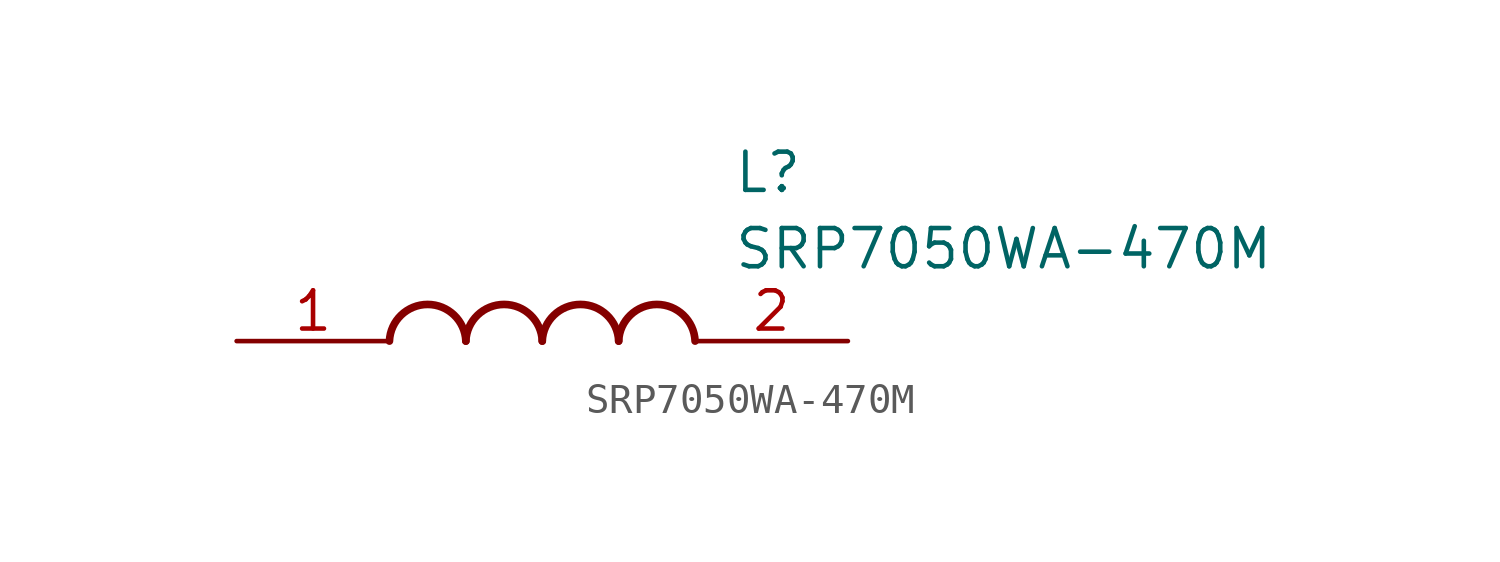
<source format=kicad_sym>
(kicad_symbol_lib
  (version 20211014)
  (generator SamacSys_ECAD_Model)
  (symbol "SRP7050WA-470M"
    (pin_names hide)
    (property "Reference" "L"
      (at 16.51 6.35 0)
      (effects (font (size 1.27 1.27)) (justify left top)))
    (property "Value" "SRP7050WA-470M"
      (at 16.51 3.81 0)
      (effects (font (size 1.27 1.27)) (justify left top)))
    (arc
      (start 7.62 0)
      (mid 6.35 1.219)
      (end 5.08 0)
      (stroke (width 0.254) (type default))
      (fill (type none)))
    (arc
      (start 10.16 0)
      (mid 8.89 1.219)
      (end 7.62 0)
      (stroke (width 0.254) (type default))
      (fill (type none)))
    (arc
      (start 12.7 0)
      (mid 11.43 1.219)
      (end 10.16 0)
      (stroke (width 0.254) (type default))
      (fill (type none)))
    (arc
      (start 15.24 0)
      (mid 13.97 1.219)
      (end 12.7 0)
      (stroke (width 0.254) (type default))
      (fill (type none)))
    (pin passive line
      (at 0 0 0)
      (length 5.08)
      (name "1" (effects (font (size 1.27 1.27))))
      (number "1" (effects (font (size 1.27 1.27)))))
    (pin passive line
      (at 20.32 0 180)
      (length 5.08)
      (name "2" (effects (font (size 1.27 1.27))))
      (number "2" (effects (font (size 1.27 1.27)))))))
</source>
